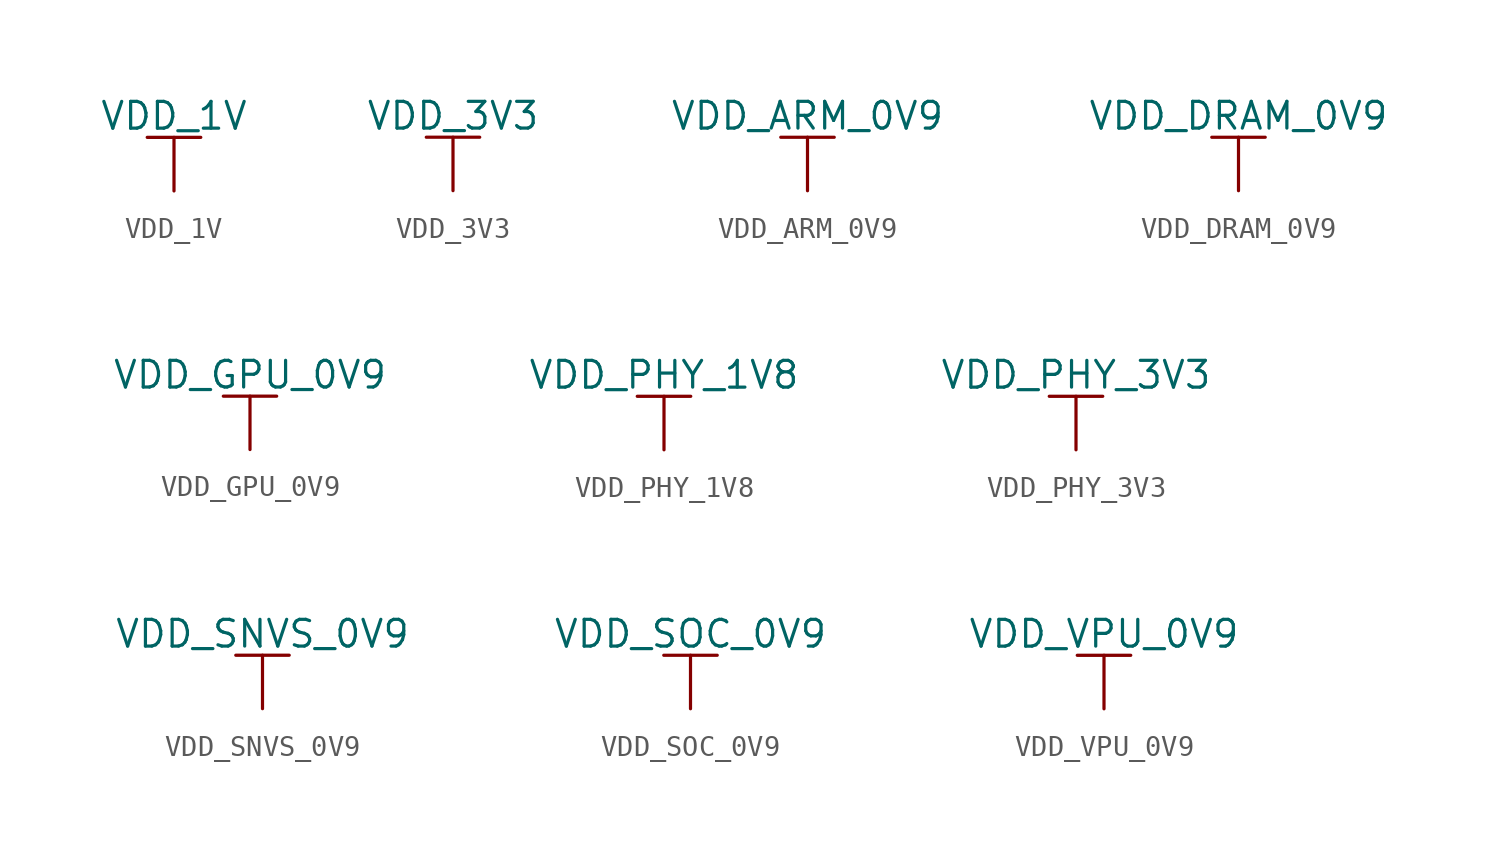
<source format=kicad_sym>
(kicad_symbol_lib
  (version 20231120)
  (generator "kicad_symbol_editor")
  (generator_version "7.99")
  (symbol "VDD_1V"
    (power)
    (pin_numbers hide)
    (pin_names
      (offset 0) hide)
    (property "Reference" "#PWR"
      (at 0 -1.27 0)
      (effects (font (size 1.27 1.27)) (hide yes)))
    (property "Value" "VDD_1V"
      (at 0 3.556 0)
      (effects (font (size 1.27 1.27))))
    (symbol "VDD_1V_0_1"
      (polyline (pts (xy 0 0) (xy 0 2.54)) (stroke (width 0) (type default)) (fill (type none)))
      (polyline (pts (xy 1.27 2.54) (xy -1.27 2.54)) (stroke (width 0) (type default)) (fill (type none))))
    (symbol "VDD_1V_1_1"
      (pin power_in line (at 0 0 90) (length 0) hide (name "VDD_1V" (effects (font (size 1.27 1.27)))) (number "1" (effects (font (size 1.27 1.27)))))))
  (symbol "VDD_3V3"
    (power)
    (pin_numbers hide)
    (pin_names
      (offset 0) hide)
    (property "Reference" "#PWR"
      (at 0 -1.27 0)
      (effects (font (size 1.27 1.27)) (hide yes)))
    (property "Value" "VDD_3V3"
      (at 0 3.556 0)
      (effects (font (size 1.27 1.27))))
    (symbol "VDD_3V3_0_1"
      (polyline (pts (xy 0 0) (xy 0 2.54)) (stroke (width 0) (type default)) (fill (type none)))
      (polyline (pts (xy 1.27 2.54) (xy -1.27 2.54)) (stroke (width 0) (type default)) (fill (type none))))
    (symbol "VDD_3V3_1_1"
      (pin power_in line (at 0 0 90) (length 0) hide (name "VDD_3V3" (effects (font (size 1.27 1.27)))) (number "1" (effects (font (size 1.27 1.27)))))))
  (symbol "VDD_ARM_0V9"
    (power)
    (pin_numbers hide)
    (pin_names
      (offset 0) hide)
    (property "Reference" "#PWR"
      (at 0 -1.27 0)
      (effects (font (size 1.27 1.27)) (hide yes)))
    (property "Value" "VDD_ARM_0V9"
      (at 0 3.556 0)
      (effects (font (size 1.27 1.27))))
    (symbol "VDD_ARM_0V9_0_1"
      (polyline (pts (xy 0 0) (xy 0 2.54)) (stroke (width 0) (type default)) (fill (type none)))
      (polyline (pts (xy 1.27 2.54) (xy -1.27 2.54)) (stroke (width 0) (type default)) (fill (type none))))
    (symbol "VDD_ARM_0V9_1_1"
      (pin power_in line (at 0 0 90) (length 0) hide (name "VDD_ARM_0V9" (effects (font (size 1.27 1.27)))) (number "1" (effects (font (size 1.27 1.27)))))))
  (symbol "VDD_DRAM_0V9"
    (power)
    (pin_numbers hide)
    (pin_names
      (offset 0) hide)
    (property "Reference" "#PWR"
      (at 0 -1.27 0)
      (effects (font (size 1.27 1.27)) (hide yes)))
    (property "Value" "VDD_DRAM_0V9"
      (at 0 3.556 0)
      (effects (font (size 1.27 1.27))))
    (symbol "VDD_DRAM_0V9_0_1"
      (polyline (pts (xy 0 0) (xy 0 2.54)) (stroke (width 0) (type default)) (fill (type none)))
      (polyline (pts (xy 1.27 2.54) (xy -1.27 2.54)) (stroke (width 0) (type default)) (fill (type none))))
    (symbol "VDD_DRAM_0V9_1_1"
      (pin power_in line (at 0 0 90) (length 0) hide (name "VDD_DRAM_0V9" (effects (font (size 1.27 1.27)))) (number "1" (effects (font (size 1.27 1.27)))))))
  (symbol "VDD_GPU_0V9"
    (power)
    (pin_numbers hide)
    (pin_names
      (offset 0) hide)
    (property "Reference" "#PWR"
      (at 0 -1.27 0)
      (effects (font (size 1.27 1.27)) (hide yes)))
    (property "Value" "VDD_GPU_0V9"
      (at 0 3.556 0)
      (effects (font (size 1.27 1.27))))
    (symbol "VDD_GPU_0V9_0_1"
      (polyline (pts (xy 0 0) (xy 0 2.54)) (stroke (width 0) (type default)) (fill (type none)))
      (polyline (pts (xy 1.27 2.54) (xy -1.27 2.54)) (stroke (width 0) (type default)) (fill (type none))))
    (symbol "VDD_GPU_0V9_1_1"
      (pin power_in line (at 0 0 90) (length 0) hide (name "VDD_GPU_0V9" (effects (font (size 1.27 1.27)))) (number "1" (effects (font (size 1.27 1.27)))))))
  (symbol "VDD_PHY_1V8"
    (power)
    (pin_numbers hide)
    (pin_names
      (offset 0) hide)
    (property "Reference" "#PWR"
      (at 0 -1.27 0)
      (effects (font (size 1.27 1.27)) (hide yes)))
    (property "Value" "VDD_PHY_1V8"
      (at 0 3.556 0)
      (effects (font (size 1.27 1.27))))
    (symbol "VDD_PHY_1V8_0_1"
      (polyline (pts (xy 0 0) (xy 0 2.54)) (stroke (width 0) (type default)) (fill (type none)))
      (polyline (pts (xy 1.27 2.54) (xy -1.27 2.54)) (stroke (width 0) (type default)) (fill (type none))))
    (symbol "VDD_PHY_1V8_1_1"
      (pin power_in line (at 0 0 90) (length 0) hide (name "VDD_PHY_1V8" (effects (font (size 1.27 1.27)))) (number "1" (effects (font (size 1.27 1.27)))))))
  (symbol "VDD_PHY_3V3"
    (power)
    (pin_numbers hide)
    (pin_names
      (offset 0) hide)
    (property "Reference" "#PWR"
      (at 0 -1.27 0)
      (effects (font (size 1.27 1.27)) (hide yes)))
    (property "Value" "VDD_PHY_3V3"
      (at 0 3.556 0)
      (effects (font (size 1.27 1.27))))
    (symbol "VDD_PHY_3V3_0_1"
      (polyline (pts (xy 0 0) (xy 0 2.54)) (stroke (width 0) (type default)) (fill (type none)))
      (polyline (pts (xy 1.27 2.54) (xy -1.27 2.54)) (stroke (width 0) (type default)) (fill (type none))))
    (symbol "VDD_PHY_3V3_1_1"
      (pin power_in line (at 0 0 90) (length 0) hide (name "VDD_PHY_3V3" (effects (font (size 1.27 1.27)))) (number "1" (effects (font (size 1.27 1.27)))))))
  (symbol "VDD_SNVS_0V9"
    (power)
    (pin_numbers hide)
    (pin_names
      (offset 0) hide)
    (property "Reference" "#PWR"
      (at 0 -1.27 0)
      (effects (font (size 1.27 1.27)) (hide yes)))
    (property "Value" "VDD_SNVS_0V9"
      (at 0 3.556 0)
      (effects (font (size 1.27 1.27))))
    (symbol "VDD_SNVS_0V9_0_1"
      (polyline (pts (xy 0 0) (xy 0 2.54)) (stroke (width 0) (type default)) (fill (type none)))
      (polyline (pts (xy 1.27 2.54) (xy -1.27 2.54)) (stroke (width 0) (type default)) (fill (type none))))
    (symbol "VDD_SNVS_0V9_1_1"
      (pin power_in line (at 0 0 90) (length 0) hide (name "VDD_SNVS_0V9" (effects (font (size 1.27 1.27)))) (number "1" (effects (font (size 1.27 1.27)))))))
  (symbol "VDD_SOC_0V9"
    (power)
    (pin_numbers hide)
    (pin_names
      (offset 0) hide)
    (property "Reference" "#PWR"
      (at 0 -1.27 0)
      (effects (font (size 1.27 1.27)) (hide yes)))
    (property "Value" "VDD_SOC_0V9"
      (at 0 3.556 0)
      (effects (font (size 1.27 1.27))))
    (symbol "VDD_SOC_0V9_0_1"
      (polyline (pts (xy 0 0) (xy 0 2.54)) (stroke (width 0) (type default)) (fill (type none)))
      (polyline (pts (xy 1.27 2.54) (xy -1.27 2.54)) (stroke (width 0) (type default)) (fill (type none))))
    (symbol "VDD_SOC_0V9_1_1"
      (pin power_in line (at 0 0 90) (length 0) hide (name "VDD_SOC_0V9" (effects (font (size 1.27 1.27)))) (number "1" (effects (font (size 1.27 1.27)))))))
  (symbol "VDD_VPU_0V9"
    (power)
    (pin_numbers hide)
    (pin_names
      (offset 0) hide)
    (property "Reference" "#PWR"
      (at 0 -1.27 0)
      (effects (font (size 1.27 1.27)) (hide yes)))
    (property "Value" "VDD_VPU_0V9"
      (at 0 3.556 0)
      (effects (font (size 1.27 1.27))))
    (symbol "VDD_VPU_0V9_0_1"
      (polyline (pts (xy 0 0) (xy 0 2.54)) (stroke (width 0) (type default)) (fill (type none)))
      (polyline (pts (xy 1.27 2.54) (xy -1.27 2.54)) (stroke (width 0) (type default)) (fill (type none))))
    (symbol "VDD_VPU_0V9_1_1"
      (pin power_in line (at 0 0 90) (length 0) hide (name "VDD_VPU_0V9" (effects (font (size 1.27 1.27)))) (number "1" (effects (font (size 1.27 1.27))))))))
</source>
